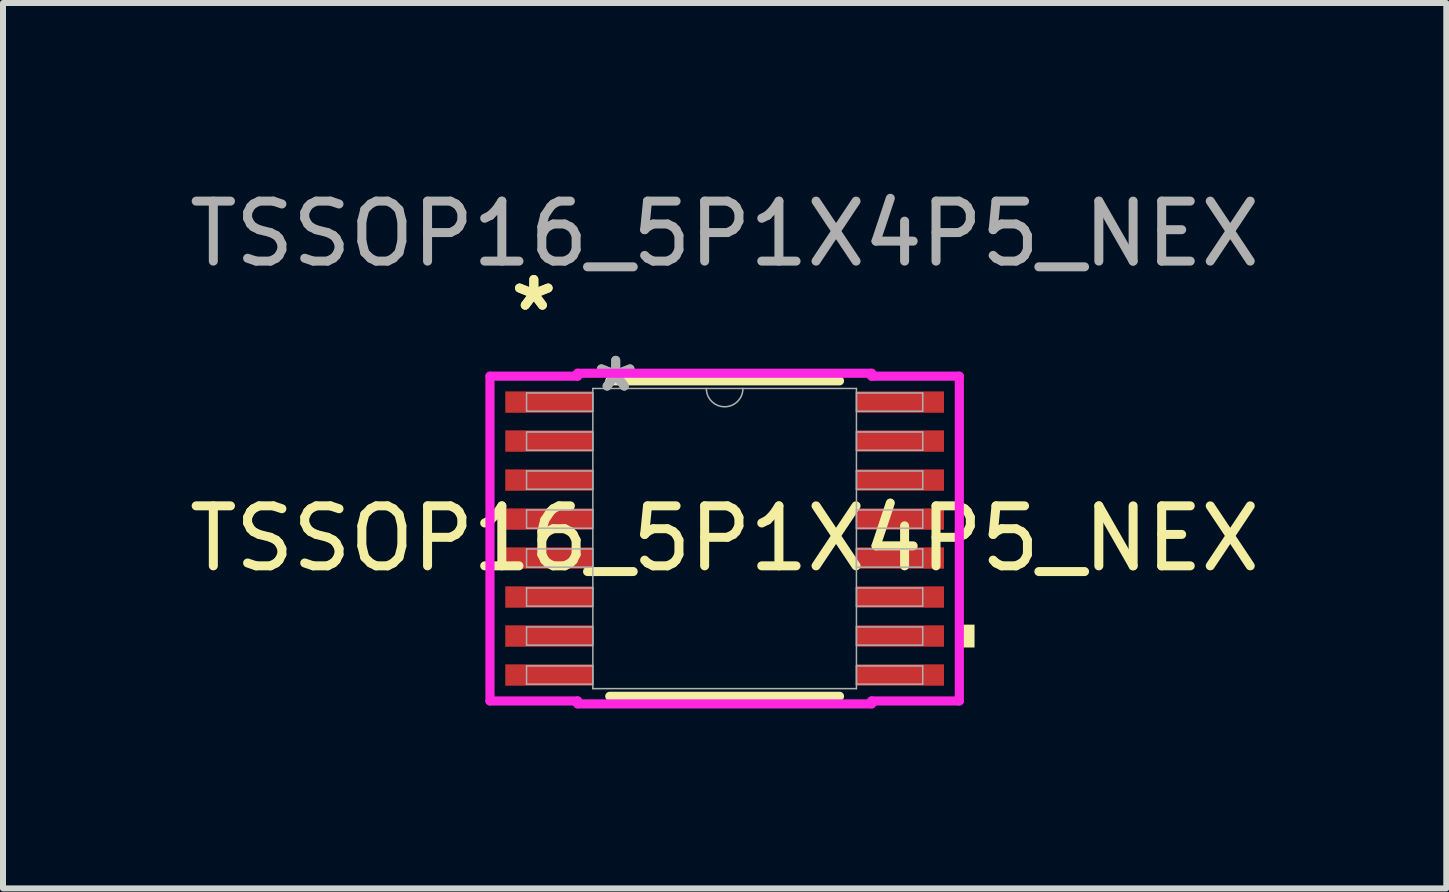
<source format=kicad_pcb>
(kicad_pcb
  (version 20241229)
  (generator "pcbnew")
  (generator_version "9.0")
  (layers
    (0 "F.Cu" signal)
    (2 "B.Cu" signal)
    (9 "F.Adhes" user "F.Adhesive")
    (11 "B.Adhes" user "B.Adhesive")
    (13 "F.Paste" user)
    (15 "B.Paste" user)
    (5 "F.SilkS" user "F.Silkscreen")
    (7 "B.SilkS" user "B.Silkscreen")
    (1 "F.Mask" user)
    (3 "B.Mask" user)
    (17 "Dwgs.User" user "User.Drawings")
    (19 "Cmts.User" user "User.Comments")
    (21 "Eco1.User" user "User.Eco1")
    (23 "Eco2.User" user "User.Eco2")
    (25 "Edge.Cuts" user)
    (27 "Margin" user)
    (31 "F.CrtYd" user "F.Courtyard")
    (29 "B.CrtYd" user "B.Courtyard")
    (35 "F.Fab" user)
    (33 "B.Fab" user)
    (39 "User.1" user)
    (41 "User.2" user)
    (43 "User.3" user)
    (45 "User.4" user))
  (footprint "TSSOP16_5P1X4P5_NEX"
    (layer "F.Cu")
    (at 9.03 5.928)
    (property "Reference" "TSSOP16_5P1X4P5_NEX" (at 0 0 0) (unlocked yes) (layer "F.SilkS") (effects (font (size 1 1) (thickness 0.15))))
    (attr smd)
    (fp_line (start -1.915 2.629) (end 1.915 2.629) (stroke (width 0.152) (type solid)) (layer "F.SilkS"))
    (fp_line (start 1.915 -2.629) (end -1.915 -2.629) (stroke (width 0.152) (type solid)) (layer "F.SilkS"))
    (fp_poly (pts (xy 4.166 1.435) (xy 4.166 1.816) (xy 3.912 1.816) (xy 3.912 1.435)) (stroke (width 0) (type solid)) (fill yes) (layer "F.SilkS"))
    (fp_line (start -3.912 -2.707) (end -2.451 -2.707) (stroke (width 0.152) (type solid)) (layer "F.CrtYd"))
    (fp_line (start -3.912 2.707) (end -3.912 -2.707) (stroke (width 0.152) (type solid)) (layer "F.CrtYd"))
    (fp_line (start -3.912 2.707) (end -2.451 2.707) (stroke (width 0.152) (type solid)) (layer "F.CrtYd"))
    (fp_line (start -2.451 -2.756) (end 2.451 -2.756) (stroke (width 0.152) (type solid)) (layer "F.CrtYd"))
    (fp_line (start -2.451 -2.707) (end -2.451 -2.756) (stroke (width 0.152) (type solid)) (layer "F.CrtYd"))
    (fp_line (start -2.451 2.756) (end -2.451 2.707) (stroke (width 0.152) (type solid)) (layer "F.CrtYd"))
    (fp_line (start 2.451 -2.756) (end 2.451 -2.707) (stroke (width 0.152) (type solid)) (layer "F.CrtYd"))
    (fp_line (start 2.451 2.707) (end 2.451 2.756) (stroke (width 0.152) (type solid)) (layer "F.CrtYd"))
    (fp_line (start 2.451 2.756) (end -2.451 2.756) (stroke (width 0.152) (type solid)) (layer "F.CrtYd"))
    (fp_line (start 3.912 -2.707) (end 2.451 -2.707) (stroke (width 0.152) (type solid)) (layer "F.CrtYd"))
    (fp_line (start 3.912 -2.707) (end 3.912 2.707) (stroke (width 0.152) (type solid)) (layer "F.CrtYd"))
    (fp_line (start 3.912 2.707) (end 2.451 2.707) (stroke (width 0.152) (type solid)) (layer "F.CrtYd"))
    (fp_line (start -3.302 -2.427) (end -3.302 -2.123) (stroke (width 0.025) (type solid)) (layer "F.Fab"))
    (fp_line (start -3.302 -2.123) (end -2.197 -2.123) (stroke (width 0.025) (type solid)) (layer "F.Fab"))
    (fp_line (start -3.302 -1.777) (end -3.302 -1.473) (stroke (width 0.025) (type solid)) (layer "F.Fab"))
    (fp_line (start -3.302 -1.473) (end -2.197 -1.473) (stroke (width 0.025) (type solid)) (layer "F.Fab"))
    (fp_line (start -3.302 -1.127) (end -3.302 -0.823) (stroke (width 0.025) (type solid)) (layer "F.Fab"))
    (fp_line (start -3.302 -0.823) (end -2.197 -0.823) (stroke (width 0.025) (type solid)) (layer "F.Fab"))
    (fp_line (start -3.302 -0.477) (end -3.302 -0.173) (stroke (width 0.025) (type solid)) (layer "F.Fab"))
    (fp_line (start -3.302 -0.173) (end -2.197 -0.173) (stroke (width 0.025) (type solid)) (layer "F.Fab"))
    (fp_line (start -3.302 0.173) (end -3.302 0.477) (stroke (width 0.025) (type solid)) (layer "F.Fab"))
    (fp_line (start -3.302 0.477) (end -2.197 0.477) (stroke (width 0.025) (type solid)) (layer "F.Fab"))
    (fp_line (start -3.302 0.823) (end -3.302 1.127) (stroke (width 0.025) (type solid)) (layer "F.Fab"))
    (fp_line (start -3.302 1.127) (end -2.197 1.127) (stroke (width 0.025) (type solid)) (layer "F.Fab"))
    (fp_line (start -3.302 1.473) (end -3.302 1.777) (stroke (width 0.025) (type solid)) (layer "F.Fab"))
    (fp_line (start -3.302 1.777) (end -2.197 1.777) (stroke (width 0.025) (type solid)) (layer "F.Fab"))
    (fp_line (start -3.302 2.123) (end -3.302 2.427) (stroke (width 0.025) (type solid)) (layer "F.Fab"))
    (fp_line (start -3.302 2.427) (end -2.197 2.427) (stroke (width 0.025) (type solid)) (layer "F.Fab"))
    (fp_line (start -2.197 -2.502) (end -2.197 2.502) (stroke (width 0.025) (type solid)) (layer "F.Fab"))
    (fp_line (start -2.197 -2.427) (end -3.302 -2.427) (stroke (width 0.025) (type solid)) (layer "F.Fab"))
    (fp_line (start -2.197 -2.123) (end -2.197 -2.427) (stroke (width 0.025) (type solid)) (layer "F.Fab"))
    (fp_line (start -2.197 -1.777) (end -3.302 -1.777) (stroke (width 0.025) (type solid)) (layer "F.Fab"))
    (fp_line (start -2.197 -1.473) (end -2.197 -1.777) (stroke (width 0.025) (type solid)) (layer "F.Fab"))
    (fp_line (start -2.197 -1.127) (end -3.302 -1.127) (stroke (width 0.025) (type solid)) (layer "F.Fab"))
    (fp_line (start -2.197 -0.823) (end -2.197 -1.127) (stroke (width 0.025) (type solid)) (layer "F.Fab"))
    (fp_line (start -2.197 -0.477) (end -3.302 -0.477) (stroke (width 0.025) (type solid)) (layer "F.Fab"))
    (fp_line (start -2.197 -0.173) (end -2.197 -0.477) (stroke (width 0.025) (type solid)) (layer "F.Fab"))
    (fp_line (start -2.197 0.173) (end -3.302 0.173) (stroke (width 0.025) (type solid)) (layer "F.Fab"))
    (fp_line (start -2.197 0.477) (end -2.197 0.173) (stroke (width 0.025) (type solid)) (layer "F.Fab"))
    (fp_line (start -2.197 0.823) (end -3.302 0.823) (stroke (width 0.025) (type solid)) (layer "F.Fab"))
    (fp_line (start -2.197 1.127) (end -2.197 0.823) (stroke (width 0.025) (type solid)) (layer "F.Fab"))
    (fp_line (start -2.197 1.473) (end -3.302 1.473) (stroke (width 0.025) (type solid)) (layer "F.Fab"))
    (fp_line (start -2.197 1.777) (end -2.197 1.473) (stroke (width 0.025) (type solid)) (layer "F.Fab"))
    (fp_line (start -2.197 2.123) (end -3.302 2.123) (stroke (width 0.025) (type solid)) (layer "F.Fab"))
    (fp_line (start -2.197 2.427) (end -2.197 2.123) (stroke (width 0.025) (type solid)) (layer "F.Fab"))
    (fp_line (start -2.197 2.502) (end 2.197 2.502) (stroke (width 0.025) (type solid)) (layer "F.Fab"))
    (fp_line (start 2.197 -2.502) (end -2.197 -2.502) (stroke (width 0.025) (type solid)) (layer "F.Fab"))
    (fp_line (start 2.197 -2.427) (end 2.197 -2.123) (stroke (width 0.025) (type solid)) (layer "F.Fab"))
    (fp_line (start 2.197 -2.123) (end 3.302 -2.123) (stroke (width 0.025) (type solid)) (layer "F.Fab"))
    (fp_line (start 2.197 -1.777) (end 2.197 -1.473) (stroke (width 0.025) (type solid)) (layer "F.Fab"))
    (fp_line (start 2.197 -1.473) (end 3.302 -1.473) (stroke (width 0.025) (type solid)) (layer "F.Fab"))
    (fp_line (start 2.197 -1.127) (end 2.197 -0.823) (stroke (width 0.025) (type solid)) (layer "F.Fab"))
    (fp_line (start 2.197 -0.823) (end 3.302 -0.823) (stroke (width 0.025) (type solid)) (layer "F.Fab"))
    (fp_line (start 2.197 -0.477) (end 2.197 -0.173) (stroke (width 0.025) (type solid)) (layer "F.Fab"))
    (fp_line (start 2.197 -0.173) (end 3.302 -0.173) (stroke (width 0.025) (type solid)) (layer "F.Fab"))
    (fp_line (start 2.197 0.173) (end 2.197 0.477) (stroke (width 0.025) (type solid)) (layer "F.Fab"))
    (fp_line (start 2.197 0.477) (end 3.302 0.477) (stroke (width 0.025) (type solid)) (layer "F.Fab"))
    (fp_line (start 2.197 0.823) (end 2.197 1.127) (stroke (width 0.025) (type solid)) (layer "F.Fab"))
    (fp_line (start 2.197 1.127) (end 3.302 1.127) (stroke (width 0.025) (type solid)) (layer "F.Fab"))
    (fp_line (start 2.197 1.473) (end 2.197 1.777) (stroke (width 0.025) (type solid)) (layer "F.Fab"))
    (fp_line (start 2.197 1.777) (end 3.302 1.777) (stroke (width 0.025) (type solid)) (layer "F.Fab"))
    (fp_line (start 2.197 2.123) (end 2.197 2.427) (stroke (width 0.025) (type solid)) (layer "F.Fab"))
    (fp_line (start 2.197 2.427) (end 3.302 2.427) (stroke (width 0.025) (type solid)) (layer "F.Fab"))
    (fp_line (start 2.197 2.502) (end 2.197 -2.502) (stroke (width 0.025) (type solid)) (layer "F.Fab"))
    (fp_line (start 3.302 -2.427) (end 2.197 -2.427) (stroke (width 0.025) (type solid)) (layer "F.Fab"))
    (fp_line (start 3.302 -2.123) (end 3.302 -2.427) (stroke (width 0.025) (type solid)) (layer "F.Fab"))
    (fp_line (start 3.302 -1.777) (end 2.197 -1.777) (stroke (width 0.025) (type solid)) (layer "F.Fab"))
    (fp_line (start 3.302 -1.473) (end 3.302 -1.777) (stroke (width 0.025) (type solid)) (layer "F.Fab"))
    (fp_line (start 3.302 -1.127) (end 2.197 -1.127) (stroke (width 0.025) (type solid)) (layer "F.Fab"))
    (fp_line (start 3.302 -0.823) (end 3.302 -1.127) (stroke (width 0.025) (type solid)) (layer "F.Fab"))
    (fp_line (start 3.302 -0.477) (end 2.197 -0.477) (stroke (width 0.025) (type solid)) (layer "F.Fab"))
    (fp_line (start 3.302 -0.173) (end 3.302 -0.477) (stroke (width 0.025) (type solid)) (layer "F.Fab"))
    (fp_line (start 3.302 0.173) (end 2.197 0.173) (stroke (width 0.025) (type solid)) (layer "F.Fab"))
    (fp_line (start 3.302 0.477) (end 3.302 0.173) (stroke (width 0.025) (type solid)) (layer "F.Fab"))
    (fp_line (start 3.302 0.823) (end 2.197 0.823) (stroke (width 0.025) (type solid)) (layer "F.Fab"))
    (fp_line (start 3.302 1.127) (end 3.302 0.823) (stroke (width 0.025) (type solid)) (layer "F.Fab"))
    (fp_line (start 3.302 1.473) (end 2.197 1.473) (stroke (width 0.025) (type solid)) (layer "F.Fab"))
    (fp_line (start 3.302 1.777) (end 3.302 1.473) (stroke (width 0.025) (type solid)) (layer "F.Fab"))
    (fp_line (start 3.302 2.123) (end 2.197 2.123) (stroke (width 0.025) (type solid)) (layer "F.Fab"))
    (fp_line (start 3.302 2.427) (end 3.302 2.123) (stroke (width 0.025) (type solid)) (layer "F.Fab"))
    (fp_arc (start 0.3048 -2.5019) (mid 0 -2.1971) (end -0.3048 -2.5019) (stroke (width 0.0254) (type solid)) (layer "F.Fab"))
    (fp_text user "*" (at -3.181 -3.774 0) (layer "F.SilkS") (effects (font (size 1 1) (thickness 0.15))))
    (fp_text user "*" (at -3.181 -3.774 0) (unlocked yes) (layer "F.SilkS") (effects (font (size 1 1) (thickness 0.15))))
    (fp_text user "${REFERENCE}" (at 0 -5.08 0) (unlocked yes) (layer "F.Fab") (effects (font (size 1 1) (thickness 0.15))))
    (fp_text user "*" (at -1.816 -2.426 0) (unlocked yes) (layer "F.Fab") (effects (font (size 1 1) (thickness 0.15))))
    (fp_text user "*" (at -1.816 -2.426 0) (layer "F.Fab") (effects (font (size 1 1) (thickness 0.15))))
    (pad "1" smd rect (at -2.927 -2.275) (size 1.46 0.356) (layers "F.Cu" "F.Mask" "F.Paste"))
    (pad "2" smd rect (at -2.927 -1.625) (size 1.46 0.356) (layers "F.Cu" "F.Mask" "F.Paste"))
    (pad "3" smd rect (at -2.927 -0.975) (size 1.46 0.356) (layers "F.Cu" "F.Mask" "F.Paste"))
    (pad "4" smd rect (at -2.927 -0.325) (size 1.46 0.356) (layers "F.Cu" "F.Mask" "F.Paste"))
    (pad "5" smd rect (at -2.927 0.325) (size 1.46 0.356) (layers "F.Cu" "F.Mask" "F.Paste"))
    (pad "6" smd rect (at -2.927 0.975) (size 1.46 0.356) (layers "F.Cu" "F.Mask" "F.Paste"))
    (pad "7" smd rect (at -2.927 1.625) (size 1.46 0.356) (layers "F.Cu" "F.Mask" "F.Paste"))
    (pad "8" smd rect (at -2.927 2.275) (size 1.46 0.356) (layers "F.Cu" "F.Mask" "F.Paste"))
    (pad "9" smd rect (at 2.927 2.275) (size 1.46 0.356) (layers "F.Cu" "F.Mask" "F.Paste"))
    (pad "10" smd rect (at 2.927 1.625) (size 1.46 0.356) (layers "F.Cu" "F.Mask" "F.Paste"))
    (pad "11" smd rect (at 2.927 0.975) (size 1.46 0.356) (layers "F.Cu" "F.Mask" "F.Paste"))
    (pad "12" smd rect (at 2.927 0.325) (size 1.46 0.356) (layers "F.Cu" "F.Mask" "F.Paste"))
    (pad "13" smd rect (at 2.927 -0.325) (size 1.46 0.356) (layers "F.Cu" "F.Mask" "F.Paste"))
    (pad "14" smd rect (at 2.927 -0.975) (size 1.46 0.356) (layers "F.Cu" "F.Mask" "F.Paste"))
    (pad "15" smd rect (at 2.927 -1.625) (size 1.46 0.356) (layers "F.Cu" "F.Mask" "F.Paste"))
    (pad "16" smd rect (at 2.927 -2.275) (size 1.46 0.356) (layers "F.Cu" "F.Mask" "F.Paste")))
  (gr_rect
    (start -3 -3)
    (end 21.06 11.76)
    (stroke (width 0.1) (type default))
    (fill no)
    (layer "Edge.Cuts")))
</source>
